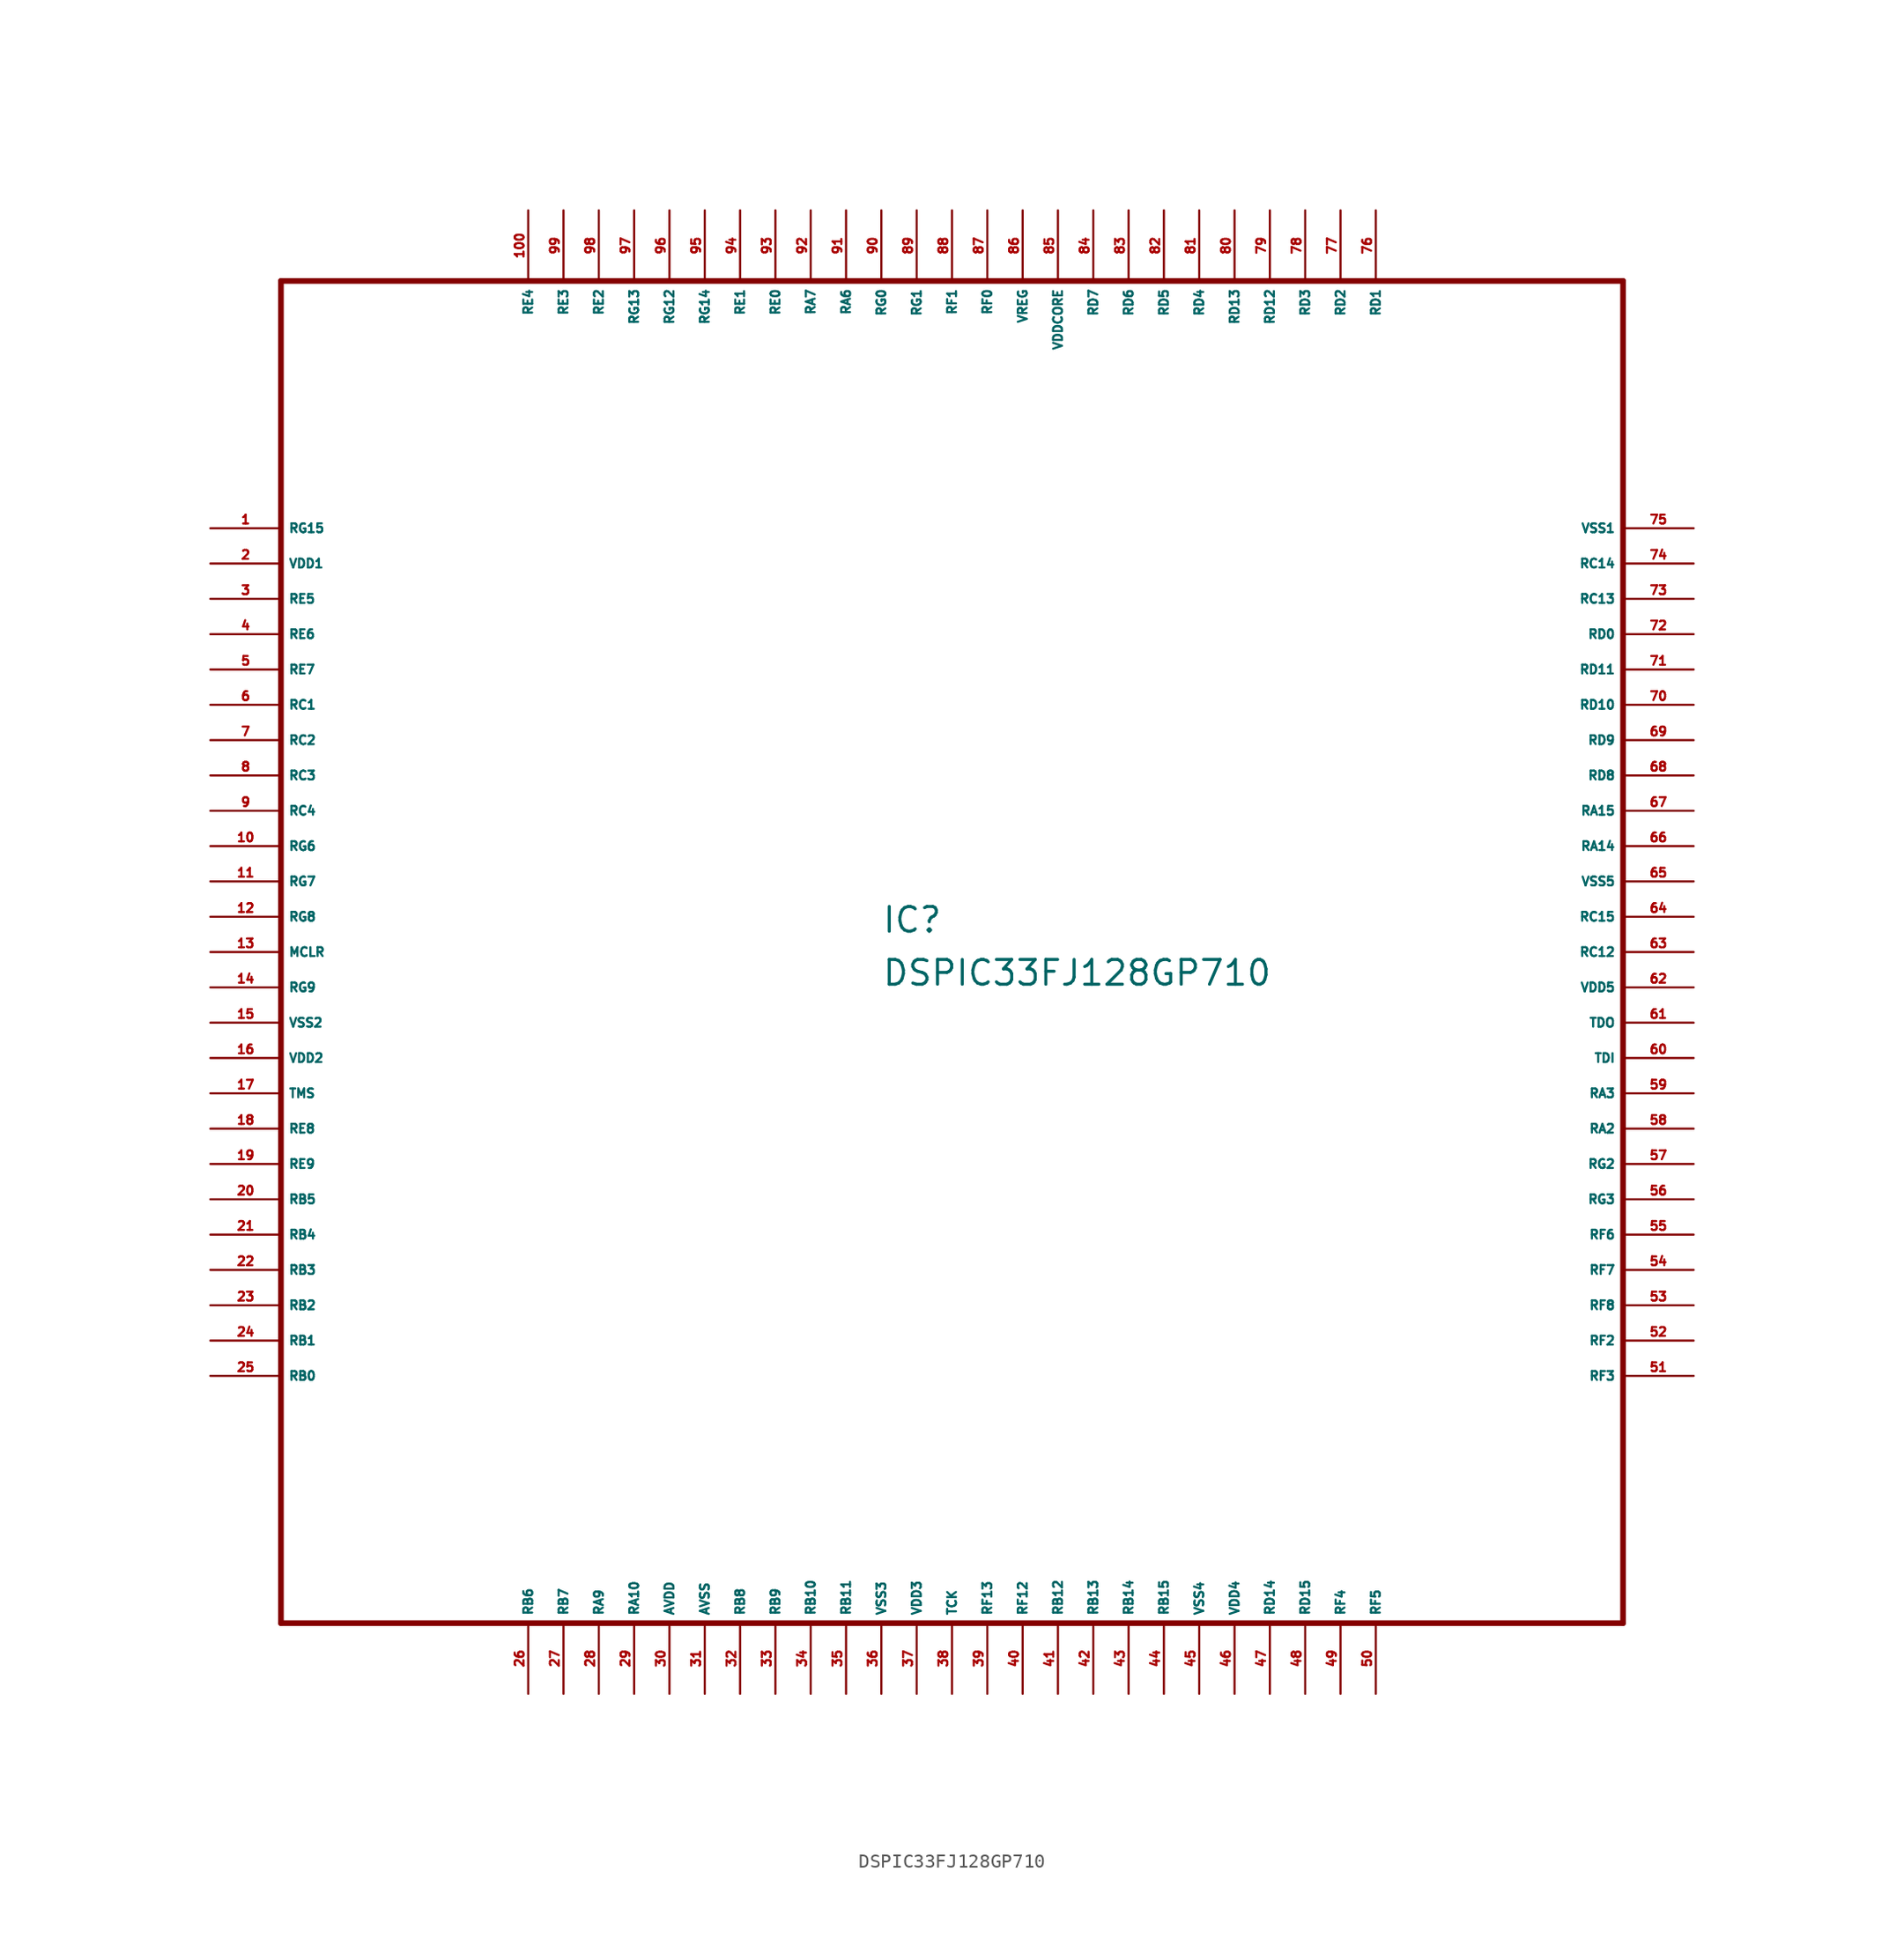
<source format=kicad_sym>
(kicad_symbol_lib
  (version 20220914)
  (generator Eagle2Kicad)
  (symbol "DSPIC33FJ128GP710"
    (property "Reference" "IC"
      (at -5.08 1.27 0)
      (effects (font (size 1.778 1.778) (thickness 0.22)) (justify left bottom)))
    (property "Value" "DSPIC33FJ128GP710"
      (at -5.08 -2.54 0)
      (effects (font (size 1.778 1.778) (thickness 0.22)) (justify left bottom)))
    (polyline
      (pts (xy -48.26 -48.26) (xy 48.26 -48.26))
      (stroke (width 0.406) (type default))
      (fill (type none)))
    (polyline
      (pts (xy 48.26 -48.26) (xy 48.26 48.26))
      (stroke (width 0.406) (type default))
      (fill (type none)))
    (polyline
      (pts (xy 48.26 48.26) (xy -48.26 48.26))
      (stroke (width 0.406) (type default))
      (fill (type none)))
    (polyline
      (pts (xy -48.26 48.26) (xy -48.26 -48.26))
      (stroke (width 0.406) (type default))
      (fill (type none)))
    (pin bidirectional line
      (at -53.34 30.48 0)
      (length 5.08)
      (name "RG15" (effects (font (size 0.635 0.635) (thickness 0.08)) (justify left bottom)))
      (number "1" (effects (font (size 0.635 0.635) (thickness 0.08)) (justify left bottom))))
    (pin unspecified line
      (at -53.34 27.94 0)
      (length 5.08)
      (name "VDD1" (effects (font (size 0.635 0.635) (thickness 0.08)) (justify left bottom)))
      (number "2" (effects (font (size 0.635 0.635) (thickness 0.08)) (justify left bottom))))
    (pin bidirectional line
      (at -53.34 25.4 0)
      (length 5.08)
      (name "RE5" (effects (font (size 0.635 0.635) (thickness 0.08)) (justify left bottom)))
      (number "3" (effects (font (size 0.635 0.635) (thickness 0.08)) (justify left bottom))))
    (pin bidirectional line
      (at -53.34 22.86 0)
      (length 5.08)
      (name "RE6" (effects (font (size 0.635 0.635) (thickness 0.08)) (justify left bottom)))
      (number "4" (effects (font (size 0.635 0.635) (thickness 0.08)) (justify left bottom))))
    (pin bidirectional line
      (at -53.34 20.32 0)
      (length 5.08)
      (name "RE7" (effects (font (size 0.635 0.635) (thickness 0.08)) (justify left bottom)))
      (number "5" (effects (font (size 0.635 0.635) (thickness 0.08)) (justify left bottom))))
    (pin bidirectional line
      (at -53.34 17.78 0)
      (length 5.08)
      (name "RC1" (effects (font (size 0.635 0.635) (thickness 0.08)) (justify left bottom)))
      (number "6" (effects (font (size 0.635 0.635) (thickness 0.08)) (justify left bottom))))
    (pin bidirectional line
      (at -53.34 15.24 0)
      (length 5.08)
      (name "RC2" (effects (font (size 0.635 0.635) (thickness 0.08)) (justify left bottom)))
      (number "7" (effects (font (size 0.635 0.635) (thickness 0.08)) (justify left bottom))))
    (pin bidirectional line
      (at -53.34 12.7 0)
      (length 5.08)
      (name "RC3" (effects (font (size 0.635 0.635) (thickness 0.08)) (justify left bottom)))
      (number "8" (effects (font (size 0.635 0.635) (thickness 0.08)) (justify left bottom))))
    (pin bidirectional line
      (at -53.34 10.16 0)
      (length 5.08)
      (name "RC4" (effects (font (size 0.635 0.635) (thickness 0.08)) (justify left bottom)))
      (number "9" (effects (font (size 0.635 0.635) (thickness 0.08)) (justify left bottom))))
    (pin bidirectional line
      (at -53.34 7.62 0)
      (length 5.08)
      (name "RG6" (effects (font (size 0.635 0.635) (thickness 0.08)) (justify left bottom)))
      (number "10" (effects (font (size 0.635 0.635) (thickness 0.08)) (justify left bottom))))
    (pin bidirectional line
      (at -53.34 5.08 0)
      (length 5.08)
      (name "RG7" (effects (font (size 0.635 0.635) (thickness 0.08)) (justify left bottom)))
      (number "11" (effects (font (size 0.635 0.635) (thickness 0.08)) (justify left bottom))))
    (pin bidirectional line
      (at -53.34 2.54 0)
      (length 5.08)
      (name "RG8" (effects (font (size 0.635 0.635) (thickness 0.08)) (justify left bottom)))
      (number "12" (effects (font (size 0.635 0.635) (thickness 0.08)) (justify left bottom))))
    (pin bidirectional line
      (at -53.34 0 0)
      (length 5.08)
      (name "MCLR" (effects (font (size 0.635 0.635) (thickness 0.08)) (justify left bottom)))
      (number "13" (effects (font (size 0.635 0.635) (thickness 0.08)) (justify left bottom))))
    (pin bidirectional line
      (at -53.34 -2.54 0)
      (length 5.08)
      (name "RG9" (effects (font (size 0.635 0.635) (thickness 0.08)) (justify left bottom)))
      (number "14" (effects (font (size 0.635 0.635) (thickness 0.08)) (justify left bottom))))
    (pin unspecified line
      (at -53.34 -5.08 0)
      (length 5.08)
      (name "VSS2" (effects (font (size 0.635 0.635) (thickness 0.08)) (justify left bottom)))
      (number "15" (effects (font (size 0.635 0.635) (thickness 0.08)) (justify left bottom))))
    (pin unspecified line
      (at -53.34 -7.62 0)
      (length 5.08)
      (name "VDD2" (effects (font (size 0.635 0.635) (thickness 0.08)) (justify left bottom)))
      (number "16" (effects (font (size 0.635 0.635) (thickness 0.08)) (justify left bottom))))
    (pin input line
      (at -53.34 -10.16 0)
      (length 5.08)
      (name "TMS" (effects (font (size 0.635 0.635) (thickness 0.08)) (justify left bottom)))
      (number "17" (effects (font (size 0.635 0.635) (thickness 0.08)) (justify left bottom))))
    (pin bidirectional line
      (at -53.34 -12.7 0)
      (length 5.08)
      (name "RE8" (effects (font (size 0.635 0.635) (thickness 0.08)) (justify left bottom)))
      (number "18" (effects (font (size 0.635 0.635) (thickness 0.08)) (justify left bottom))))
    (pin bidirectional line
      (at -53.34 -15.24 0)
      (length 5.08)
      (name "RE9" (effects (font (size 0.635 0.635) (thickness 0.08)) (justify left bottom)))
      (number "19" (effects (font (size 0.635 0.635) (thickness 0.08)) (justify left bottom))))
    (pin bidirectional line
      (at -53.34 -17.78 0)
      (length 5.08)
      (name "RB5" (effects (font (size 0.635 0.635) (thickness 0.08)) (justify left bottom)))
      (number "20" (effects (font (size 0.635 0.635) (thickness 0.08)) (justify left bottom))))
    (pin bidirectional line
      (at -53.34 -20.32 0)
      (length 5.08)
      (name "RB4" (effects (font (size 0.635 0.635) (thickness 0.08)) (justify left bottom)))
      (number "21" (effects (font (size 0.635 0.635) (thickness 0.08)) (justify left bottom))))
    (pin bidirectional line
      (at -53.34 -22.86 0)
      (length 5.08)
      (name "RB3" (effects (font (size 0.635 0.635) (thickness 0.08)) (justify left bottom)))
      (number "22" (effects (font (size 0.635 0.635) (thickness 0.08)) (justify left bottom))))
    (pin bidirectional line
      (at -53.34 -25.4 0)
      (length 5.08)
      (name "RB2" (effects (font (size 0.635 0.635) (thickness 0.08)) (justify left bottom)))
      (number "23" (effects (font (size 0.635 0.635) (thickness 0.08)) (justify left bottom))))
    (pin bidirectional line
      (at -53.34 -27.94 0)
      (length 5.08)
      (name "RB1" (effects (font (size 0.635 0.635) (thickness 0.08)) (justify left bottom)))
      (number "24" (effects (font (size 0.635 0.635) (thickness 0.08)) (justify left bottom))))
    (pin bidirectional line
      (at -53.34 -30.48 0)
      (length 5.08)
      (name "RB0" (effects (font (size 0.635 0.635) (thickness 0.08)) (justify left bottom)))
      (number "25" (effects (font (size 0.635 0.635) (thickness 0.08)) (justify left bottom))))
    (pin bidirectional line
      (at -30.48 -53.34 90)
      (length 5.08)
      (name "RB6" (effects (font (size 0.635 0.635) (thickness 0.08)) (justify left bottom)))
      (number "26" (effects (font (size 0.635 0.635) (thickness 0.08)) (justify left bottom))))
    (pin bidirectional line
      (at -27.94 -53.34 90)
      (length 5.08)
      (name "RB7" (effects (font (size 0.635 0.635) (thickness 0.08)) (justify left bottom)))
      (number "27" (effects (font (size 0.635 0.635) (thickness 0.08)) (justify left bottom))))
    (pin bidirectional line
      (at -25.4 -53.34 90)
      (length 5.08)
      (name "RA9" (effects (font (size 0.635 0.635) (thickness 0.08)) (justify left bottom)))
      (number "28" (effects (font (size 0.635 0.635) (thickness 0.08)) (justify left bottom))))
    (pin bidirectional line
      (at -22.86 -53.34 90)
      (length 5.08)
      (name "RA10" (effects (font (size 0.635 0.635) (thickness 0.08)) (justify left bottom)))
      (number "29" (effects (font (size 0.635 0.635) (thickness 0.08)) (justify left bottom))))
    (pin unspecified line
      (at -20.32 -53.34 90)
      (length 5.08)
      (name "AVDD" (effects (font (size 0.635 0.635) (thickness 0.08)) (justify left bottom)))
      (number "30" (effects (font (size 0.635 0.635) (thickness 0.08)) (justify left bottom))))
    (pin unspecified line
      (at -17.78 -53.34 90)
      (length 5.08)
      (name "AVSS" (effects (font (size 0.635 0.635) (thickness 0.08)) (justify left bottom)))
      (number "31" (effects (font (size 0.635 0.635) (thickness 0.08)) (justify left bottom))))
    (pin bidirectional line
      (at -15.24 -53.34 90)
      (length 5.08)
      (name "RB8" (effects (font (size 0.635 0.635) (thickness 0.08)) (justify left bottom)))
      (number "32" (effects (font (size 0.635 0.635) (thickness 0.08)) (justify left bottom))))
    (pin bidirectional line
      (at -12.7 -53.34 90)
      (length 5.08)
      (name "RB9" (effects (font (size 0.635 0.635) (thickness 0.08)) (justify left bottom)))
      (number "33" (effects (font (size 0.635 0.635) (thickness 0.08)) (justify left bottom))))
    (pin bidirectional line
      (at -10.16 -53.34 90)
      (length 5.08)
      (name "RB10" (effects (font (size 0.635 0.635) (thickness 0.08)) (justify left bottom)))
      (number "34" (effects (font (size 0.635 0.635) (thickness 0.08)) (justify left bottom))))
    (pin bidirectional line
      (at -7.62 -53.34 90)
      (length 5.08)
      (name "RB11" (effects (font (size 0.635 0.635) (thickness 0.08)) (justify left bottom)))
      (number "35" (effects (font (size 0.635 0.635) (thickness 0.08)) (justify left bottom))))
    (pin unspecified line
      (at -5.08 -53.34 90)
      (length 5.08)
      (name "VSS3" (effects (font (size 0.635 0.635) (thickness 0.08)) (justify left bottom)))
      (number "36" (effects (font (size 0.635 0.635) (thickness 0.08)) (justify left bottom))))
    (pin unspecified line
      (at -2.54 -53.34 90)
      (length 5.08)
      (name "VDD3" (effects (font (size 0.635 0.635) (thickness 0.08)) (justify left bottom)))
      (number "37" (effects (font (size 0.635 0.635) (thickness 0.08)) (justify left bottom))))
    (pin input line
      (at 0 -53.34 90)
      (length 5.08)
      (name "TCK" (effects (font (size 0.635 0.635) (thickness 0.08)) (justify left bottom)))
      (number "38" (effects (font (size 0.635 0.635) (thickness 0.08)) (justify left bottom))))
    (pin bidirectional line
      (at 2.54 -53.34 90)
      (length 5.08)
      (name "RF13" (effects (font (size 0.635 0.635) (thickness 0.08)) (justify left bottom)))
      (number "39" (effects (font (size 0.635 0.635) (thickness 0.08)) (justify left bottom))))
    (pin bidirectional line
      (at 5.08 -53.34 90)
      (length 5.08)
      (name "RF12" (effects (font (size 0.635 0.635) (thickness 0.08)) (justify left bottom)))
      (number "40" (effects (font (size 0.635 0.635) (thickness 0.08)) (justify left bottom))))
    (pin bidirectional line
      (at 7.62 -53.34 90)
      (length 5.08)
      (name "RB12" (effects (font (size 0.635 0.635) (thickness 0.08)) (justify left bottom)))
      (number "41" (effects (font (size 0.635 0.635) (thickness 0.08)) (justify left bottom))))
    (pin bidirectional line
      (at 10.16 -53.34 90)
      (length 5.08)
      (name "RB13" (effects (font (size 0.635 0.635) (thickness 0.08)) (justify left bottom)))
      (number "42" (effects (font (size 0.635 0.635) (thickness 0.08)) (justify left bottom))))
    (pin bidirectional line
      (at 12.7 -53.34 90)
      (length 5.08)
      (name "RB14" (effects (font (size 0.635 0.635) (thickness 0.08)) (justify left bottom)))
      (number "43" (effects (font (size 0.635 0.635) (thickness 0.08)) (justify left bottom))))
    (pin bidirectional line
      (at 15.24 -53.34 90)
      (length 5.08)
      (name "RB15" (effects (font (size 0.635 0.635) (thickness 0.08)) (justify left bottom)))
      (number "44" (effects (font (size 0.635 0.635) (thickness 0.08)) (justify left bottom))))
    (pin unspecified line
      (at 17.78 -53.34 90)
      (length 5.08)
      (name "VSS4" (effects (font (size 0.635 0.635) (thickness 0.08)) (justify left bottom)))
      (number "45" (effects (font (size 0.635 0.635) (thickness 0.08)) (justify left bottom))))
    (pin unspecified line
      (at 20.32 -53.34 90)
      (length 5.08)
      (name "VDD4" (effects (font (size 0.635 0.635) (thickness 0.08)) (justify left bottom)))
      (number "46" (effects (font (size 0.635 0.635) (thickness 0.08)) (justify left bottom))))
    (pin bidirectional line
      (at 22.86 -53.34 90)
      (length 5.08)
      (name "RD14" (effects (font (size 0.635 0.635) (thickness 0.08)) (justify left bottom)))
      (number "47" (effects (font (size 0.635 0.635) (thickness 0.08)) (justify left bottom))))
    (pin bidirectional line
      (at 25.4 -53.34 90)
      (length 5.08)
      (name "RD15" (effects (font (size 0.635 0.635) (thickness 0.08)) (justify left bottom)))
      (number "48" (effects (font (size 0.635 0.635) (thickness 0.08)) (justify left bottom))))
    (pin bidirectional line
      (at 27.94 -53.34 90)
      (length 5.08)
      (name "RF4" (effects (font (size 0.635 0.635) (thickness 0.08)) (justify left bottom)))
      (number "49" (effects (font (size 0.635 0.635) (thickness 0.08)) (justify left bottom))))
    (pin bidirectional line
      (at 30.48 -53.34 90)
      (length 5.08)
      (name "RF5" (effects (font (size 0.635 0.635) (thickness 0.08)) (justify left bottom)))
      (number "50" (effects (font (size 0.635 0.635) (thickness 0.08)) (justify left bottom))))
    (pin bidirectional line
      (at 53.34 -30.48 180)
      (length 5.08)
      (name "RF3" (effects (font (size 0.635 0.635) (thickness 0.08)) (justify left bottom)))
      (number "51" (effects (font (size 0.635 0.635) (thickness 0.08)) (justify left bottom))))
    (pin bidirectional line
      (at 53.34 -27.94 180)
      (length 5.08)
      (name "RF2" (effects (font (size 0.635 0.635) (thickness 0.08)) (justify left bottom)))
      (number "52" (effects (font (size 0.635 0.635) (thickness 0.08)) (justify left bottom))))
    (pin bidirectional line
      (at 53.34 -25.4 180)
      (length 5.08)
      (name "RF8" (effects (font (size 0.635 0.635) (thickness 0.08)) (justify left bottom)))
      (number "53" (effects (font (size 0.635 0.635) (thickness 0.08)) (justify left bottom))))
    (pin bidirectional line
      (at 53.34 -22.86 180)
      (length 5.08)
      (name "RF7" (effects (font (size 0.635 0.635) (thickness 0.08)) (justify left bottom)))
      (number "54" (effects (font (size 0.635 0.635) (thickness 0.08)) (justify left bottom))))
    (pin bidirectional line
      (at 53.34 -20.32 180)
      (length 5.08)
      (name "RF6" (effects (font (size 0.635 0.635) (thickness 0.08)) (justify left bottom)))
      (number "55" (effects (font (size 0.635 0.635) (thickness 0.08)) (justify left bottom))))
    (pin bidirectional line
      (at 53.34 -17.78 180)
      (length 5.08)
      (name "RG3" (effects (font (size 0.635 0.635) (thickness 0.08)) (justify left bottom)))
      (number "56" (effects (font (size 0.635 0.635) (thickness 0.08)) (justify left bottom))))
    (pin bidirectional line
      (at 53.34 -15.24 180)
      (length 5.08)
      (name "RG2" (effects (font (size 0.635 0.635) (thickness 0.08)) (justify left bottom)))
      (number "57" (effects (font (size 0.635 0.635) (thickness 0.08)) (justify left bottom))))
    (pin bidirectional line
      (at 53.34 -12.7 180)
      (length 5.08)
      (name "RA2" (effects (font (size 0.635 0.635) (thickness 0.08)) (justify left bottom)))
      (number "58" (effects (font (size 0.635 0.635) (thickness 0.08)) (justify left bottom))))
    (pin bidirectional line
      (at 53.34 -10.16 180)
      (length 5.08)
      (name "RA3" (effects (font (size 0.635 0.635) (thickness 0.08)) (justify left bottom)))
      (number "59" (effects (font (size 0.635 0.635) (thickness 0.08)) (justify left bottom))))
    (pin input line
      (at 53.34 -7.62 180)
      (length 5.08)
      (name "TDI" (effects (font (size 0.635 0.635) (thickness 0.08)) (justify left bottom)))
      (number "60" (effects (font (size 0.635 0.635) (thickness 0.08)) (justify left bottom))))
    (pin output line
      (at 53.34 -5.08 180)
      (length 5.08)
      (name "TDO" (effects (font (size 0.635 0.635) (thickness 0.08)) (justify left bottom)))
      (number "61" (effects (font (size 0.635 0.635) (thickness 0.08)) (justify left bottom))))
    (pin unspecified line
      (at 53.34 -2.54 180)
      (length 5.08)
      (name "VDD5" (effects (font (size 0.635 0.635) (thickness 0.08)) (justify left bottom)))
      (number "62" (effects (font (size 0.635 0.635) (thickness 0.08)) (justify left bottom))))
    (pin bidirectional line
      (at 53.34 0 180)
      (length 5.08)
      (name "RC12" (effects (font (size 0.635 0.635) (thickness 0.08)) (justify left bottom)))
      (number "63" (effects (font (size 0.635 0.635) (thickness 0.08)) (justify left bottom))))
    (pin bidirectional line
      (at 53.34 2.54 180)
      (length 5.08)
      (name "RC15" (effects (font (size 0.635 0.635) (thickness 0.08)) (justify left bottom)))
      (number "64" (effects (font (size 0.635 0.635) (thickness 0.08)) (justify left bottom))))
    (pin unspecified line
      (at 53.34 5.08 180)
      (length 5.08)
      (name "VSS5" (effects (font (size 0.635 0.635) (thickness 0.08)) (justify left bottom)))
      (number "65" (effects (font (size 0.635 0.635) (thickness 0.08)) (justify left bottom))))
    (pin bidirectional line
      (at 53.34 7.62 180)
      (length 5.08)
      (name "RA14" (effects (font (size 0.635 0.635) (thickness 0.08)) (justify left bottom)))
      (number "66" (effects (font (size 0.635 0.635) (thickness 0.08)) (justify left bottom))))
    (pin bidirectional line
      (at 53.34 10.16 180)
      (length 5.08)
      (name "RA15" (effects (font (size 0.635 0.635) (thickness 0.08)) (justify left bottom)))
      (number "67" (effects (font (size 0.635 0.635) (thickness 0.08)) (justify left bottom))))
    (pin bidirectional line
      (at 53.34 12.7 180)
      (length 5.08)
      (name "RD8" (effects (font (size 0.635 0.635) (thickness 0.08)) (justify left bottom)))
      (number "68" (effects (font (size 0.635 0.635) (thickness 0.08)) (justify left bottom))))
    (pin bidirectional line
      (at 53.34 15.24 180)
      (length 5.08)
      (name "RD9" (effects (font (size 0.635 0.635) (thickness 0.08)) (justify left bottom)))
      (number "69" (effects (font (size 0.635 0.635) (thickness 0.08)) (justify left bottom))))
    (pin bidirectional line
      (at 53.34 17.78 180)
      (length 5.08)
      (name "RD10" (effects (font (size 0.635 0.635) (thickness 0.08)) (justify left bottom)))
      (number "70" (effects (font (size 0.635 0.635) (thickness 0.08)) (justify left bottom))))
    (pin bidirectional line
      (at 53.34 20.32 180)
      (length 5.08)
      (name "RD11" (effects (font (size 0.635 0.635) (thickness 0.08)) (justify left bottom)))
      (number "71" (effects (font (size 0.635 0.635) (thickness 0.08)) (justify left bottom))))
    (pin bidirectional line
      (at 53.34 22.86 180)
      (length 5.08)
      (name "RD0" (effects (font (size 0.635 0.635) (thickness 0.08)) (justify left bottom)))
      (number "72" (effects (font (size 0.635 0.635) (thickness 0.08)) (justify left bottom))))
    (pin bidirectional line
      (at 53.34 25.4 180)
      (length 5.08)
      (name "RC13" (effects (font (size 0.635 0.635) (thickness 0.08)) (justify left bottom)))
      (number "73" (effects (font (size 0.635 0.635) (thickness 0.08)) (justify left bottom))))
    (pin bidirectional line
      (at 53.34 27.94 180)
      (length 5.08)
      (name "RC14" (effects (font (size 0.635 0.635) (thickness 0.08)) (justify left bottom)))
      (number "74" (effects (font (size 0.635 0.635) (thickness 0.08)) (justify left bottom))))
    (pin unspecified line
      (at 53.34 30.48 180)
      (length 5.08)
      (name "VSS1" (effects (font (size 0.635 0.635) (thickness 0.08)) (justify left bottom)))
      (number "75" (effects (font (size 0.635 0.635) (thickness 0.08)) (justify left bottom))))
    (pin bidirectional line
      (at 30.48 53.34 270)
      (length 5.08)
      (name "RD1" (effects (font (size 0.635 0.635) (thickness 0.08)) (justify left bottom)))
      (number "76" (effects (font (size 0.635 0.635) (thickness 0.08)) (justify left bottom))))
    (pin bidirectional line
      (at 27.94 53.34 270)
      (length 5.08)
      (name "RD2" (effects (font (size 0.635 0.635) (thickness 0.08)) (justify left bottom)))
      (number "77" (effects (font (size 0.635 0.635) (thickness 0.08)) (justify left bottom))))
    (pin bidirectional line
      (at 25.4 53.34 270)
      (length 5.08)
      (name "RD3" (effects (font (size 0.635 0.635) (thickness 0.08)) (justify left bottom)))
      (number "78" (effects (font (size 0.635 0.635) (thickness 0.08)) (justify left bottom))))
    (pin bidirectional line
      (at 22.86 53.34 270)
      (length 5.08)
      (name "RD12" (effects (font (size 0.635 0.635) (thickness 0.08)) (justify left bottom)))
      (number "79" (effects (font (size 0.635 0.635) (thickness 0.08)) (justify left bottom))))
    (pin bidirectional line
      (at 20.32 53.34 270)
      (length 5.08)
      (name "RD13" (effects (font (size 0.635 0.635) (thickness 0.08)) (justify left bottom)))
      (number "80" (effects (font (size 0.635 0.635) (thickness 0.08)) (justify left bottom))))
    (pin bidirectional line
      (at 17.78 53.34 270)
      (length 5.08)
      (name "RD4" (effects (font (size 0.635 0.635) (thickness 0.08)) (justify left bottom)))
      (number "81" (effects (font (size 0.635 0.635) (thickness 0.08)) (justify left bottom))))
    (pin bidirectional line
      (at 15.24 53.34 270)
      (length 5.08)
      (name "RD5" (effects (font (size 0.635 0.635) (thickness 0.08)) (justify left bottom)))
      (number "82" (effects (font (size 0.635 0.635) (thickness 0.08)) (justify left bottom))))
    (pin bidirectional line
      (at 12.7 53.34 270)
      (length 5.08)
      (name "RD6" (effects (font (size 0.635 0.635) (thickness 0.08)) (justify left bottom)))
      (number "83" (effects (font (size 0.635 0.635) (thickness 0.08)) (justify left bottom))))
    (pin bidirectional line
      (at 10.16 53.34 270)
      (length 5.08)
      (name "RD7" (effects (font (size 0.635 0.635) (thickness 0.08)) (justify left bottom)))
      (number "84" (effects (font (size 0.635 0.635) (thickness 0.08)) (justify left bottom))))
    (pin unspecified line
      (at 7.62 53.34 270)
      (length 5.08)
      (name "VDDCORE" (effects (font (size 0.635 0.635) (thickness 0.08)) (justify left bottom)))
      (number "85" (effects (font (size 0.635 0.635) (thickness 0.08)) (justify left bottom))))
    (pin passive line
      (at 5.08 53.34 270)
      (length 5.08)
      (name "VREG" (effects (font (size 0.635 0.635) (thickness 0.08)) (justify left bottom)))
      (number "86" (effects (font (size 0.635 0.635) (thickness 0.08)) (justify left bottom))))
    (pin bidirectional line
      (at 2.54 53.34 270)
      (length 5.08)
      (name "RF0" (effects (font (size 0.635 0.635) (thickness 0.08)) (justify left bottom)))
      (number "87" (effects (font (size 0.635 0.635) (thickness 0.08)) (justify left bottom))))
    (pin bidirectional line
      (at 0 53.34 270)
      (length 5.08)
      (name "RF1" (effects (font (size 0.635 0.635) (thickness 0.08)) (justify left bottom)))
      (number "88" (effects (font (size 0.635 0.635) (thickness 0.08)) (justify left bottom))))
    (pin bidirectional line
      (at -2.54 53.34 270)
      (length 5.08)
      (name "RG1" (effects (font (size 0.635 0.635) (thickness 0.08)) (justify left bottom)))
      (number "89" (effects (font (size 0.635 0.635) (thickness 0.08)) (justify left bottom))))
    (pin bidirectional line
      (at -5.08 53.34 270)
      (length 5.08)
      (name "RG0" (effects (font (size 0.635 0.635) (thickness 0.08)) (justify left bottom)))
      (number "90" (effects (font (size 0.635 0.635) (thickness 0.08)) (justify left bottom))))
    (pin bidirectional line
      (at -7.62 53.34 270)
      (length 5.08)
      (name "RA6" (effects (font (size 0.635 0.635) (thickness 0.08)) (justify left bottom)))
      (number "91" (effects (font (size 0.635 0.635) (thickness 0.08)) (justify left bottom))))
    (pin bidirectional line
      (at -10.16 53.34 270)
      (length 5.08)
      (name "RA7" (effects (font (size 0.635 0.635) (thickness 0.08)) (justify left bottom)))
      (number "92" (effects (font (size 0.635 0.635) (thickness 0.08)) (justify left bottom))))
    (pin bidirectional line
      (at -12.7 53.34 270)
      (length 5.08)
      (name "RE0" (effects (font (size 0.635 0.635) (thickness 0.08)) (justify left bottom)))
      (number "93" (effects (font (size 0.635 0.635) (thickness 0.08)) (justify left bottom))))
    (pin bidirectional line
      (at -15.24 53.34 270)
      (length 5.08)
      (name "RE1" (effects (font (size 0.635 0.635) (thickness 0.08)) (justify left bottom)))
      (number "94" (effects (font (size 0.635 0.635) (thickness 0.08)) (justify left bottom))))
    (pin bidirectional line
      (at -17.78 53.34 270)
      (length 5.08)
      (name "RG14" (effects (font (size 0.635 0.635) (thickness 0.08)) (justify left bottom)))
      (number "95" (effects (font (size 0.635 0.635) (thickness 0.08)) (justify left bottom))))
    (pin bidirectional line
      (at -20.32 53.34 270)
      (length 5.08)
      (name "RG12" (effects (font (size 0.635 0.635) (thickness 0.08)) (justify left bottom)))
      (number "96" (effects (font (size 0.635 0.635) (thickness 0.08)) (justify left bottom))))
    (pin bidirectional line
      (at -22.86 53.34 270)
      (length 5.08)
      (name "RG13" (effects (font (size 0.635 0.635) (thickness 0.08)) (justify left bottom)))
      (number "97" (effects (font (size 0.635 0.635) (thickness 0.08)) (justify left bottom))))
    (pin bidirectional line
      (at -25.4 53.34 270)
      (length 5.08)
      (name "RE2" (effects (font (size 0.635 0.635) (thickness 0.08)) (justify left bottom)))
      (number "98" (effects (font (size 0.635 0.635) (thickness 0.08)) (justify left bottom))))
    (pin bidirectional line
      (at -27.94 53.34 270)
      (length 5.08)
      (name "RE3" (effects (font (size 0.635 0.635) (thickness 0.08)) (justify left bottom)))
      (number "99" (effects (font (size 0.635 0.635) (thickness 0.08)) (justify left bottom))))
    (pin bidirectional line
      (at -30.48 53.34 270)
      (length 5.08)
      (name "RE4" (effects (font (size 0.635 0.635) (thickness 0.08)) (justify left bottom)))
      (number "100" (effects (font (size 0.635 0.635) (thickness 0.08)) (justify left bottom))))))
</source>
